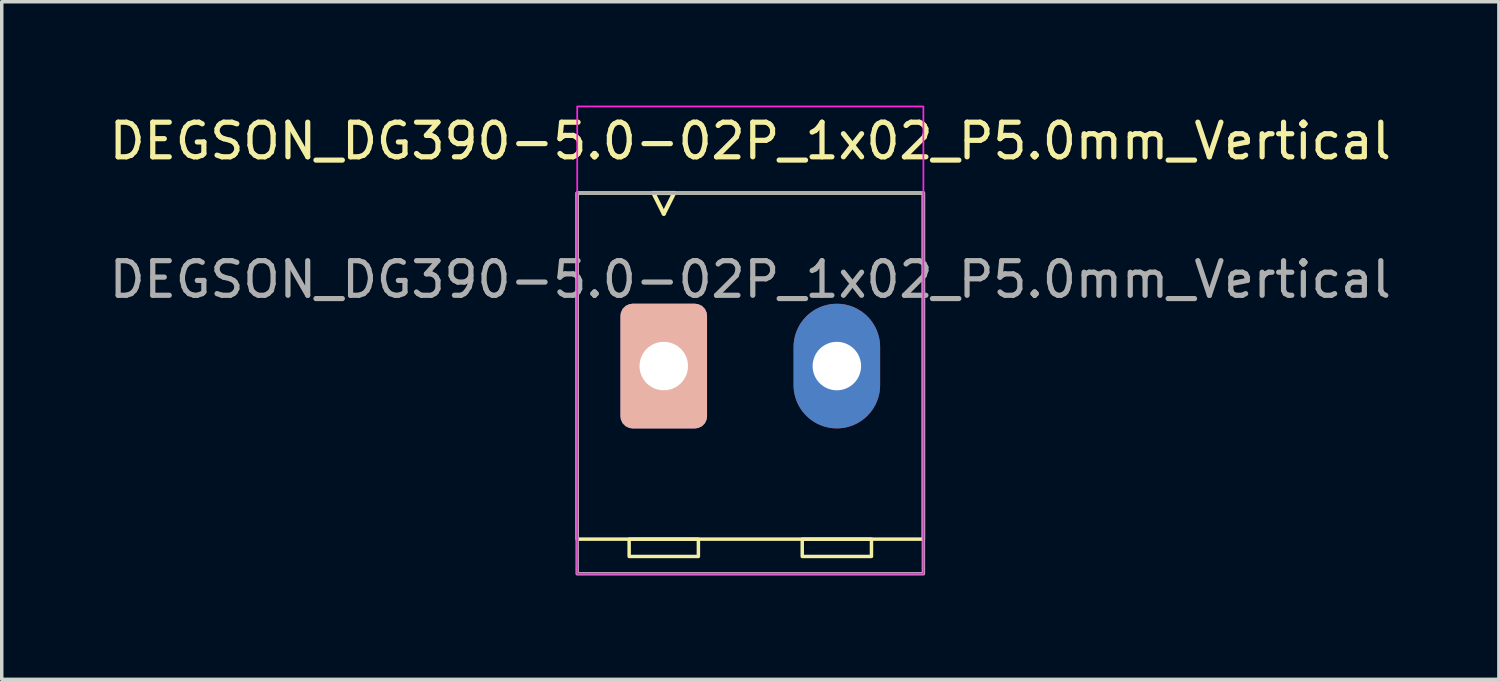
<source format=kicad_pcb>
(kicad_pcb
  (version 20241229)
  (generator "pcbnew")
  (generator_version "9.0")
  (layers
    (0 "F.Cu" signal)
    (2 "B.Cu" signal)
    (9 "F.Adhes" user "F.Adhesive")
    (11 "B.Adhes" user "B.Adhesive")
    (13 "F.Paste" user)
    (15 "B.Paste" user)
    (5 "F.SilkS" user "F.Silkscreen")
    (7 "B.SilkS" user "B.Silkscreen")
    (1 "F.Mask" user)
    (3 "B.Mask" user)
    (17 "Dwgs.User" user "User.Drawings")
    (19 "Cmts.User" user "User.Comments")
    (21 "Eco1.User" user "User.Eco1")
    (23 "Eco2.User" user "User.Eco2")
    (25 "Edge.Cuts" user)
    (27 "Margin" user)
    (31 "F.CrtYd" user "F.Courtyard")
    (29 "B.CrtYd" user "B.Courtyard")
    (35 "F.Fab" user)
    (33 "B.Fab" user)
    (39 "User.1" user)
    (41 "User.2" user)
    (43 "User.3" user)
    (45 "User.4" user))
  (footprint "DEGSON_DG390-5.0-02P_1x02_P5.0mm_Vertical"
    (layer "F.Cu")
    (at 16.125 7.525)
    (property "Reference" "DEGSON_DG390-5.0-02P_1x02_P5.0mm_Vertical" (at 2.5 -6.5 0) (layer "F.SilkS") (effects (font (size 1 1) (thickness 0.15))))
    (attr through_hole)
    (fp_line (start -0.3 -5) (end 0 -4.4) (stroke (width 0.12) (type solid)) (layer "F.SilkS"))
    (fp_line (start -0.3 -5) (end 0.3 -5) (stroke (width 0.12) (type solid)) (layer "F.SilkS"))
    (fp_line (start 0.3 -5) (end 0 -4.4) (stroke (width 0.12) (type solid)) (layer "F.SilkS"))
    (fp_rect (start -2.5 -5) (end 7.5 5) (stroke (width 0.1) (type default)) (fill no) (layer "F.SilkS"))
    (fp_rect (start -1 5) (end 1 5.5) (stroke (width 0.1) (type default)) (fill no) (layer "F.SilkS"))
    (fp_rect (start 4 5) (end 6 5.5) (stroke (width 0.1) (type default)) (fill no) (layer "F.SilkS"))
    (fp_rect (start -2.5 -7.5) (end 7.5 6) (stroke (width 0.05) (type default)) (fill no) (layer "F.CrtYd"))
    (fp_rect (start -2.5 -5) (end 7.5 6) (stroke (width 0.1) (type default)) (fill no) (layer "F.Fab"))
    (fp_text user "${REFERENCE}" (at 2.5 -2.5 0) (layer "F.Fab") (effects (font (size 1 1) (thickness 0.15))))
    (pad "1" thru_hole roundrect (at 0 0) (size 2.5 3.6) (drill 1.4) (layers "*.Cu" "*.Mask" "B.SilkS") (roundrect_rratio 0.139))
    (pad "2" thru_hole oval (at 5 0) (size 2.5 3.6) (drill 1.4) (layers "*.Cu" "*.Mask")))
  (gr_rect
    (start -3 -3)
    (end 40.25 16.575)
    (stroke (width 0.1) (type default))
    (fill no)
    (layer "Edge.Cuts")))
</source>
